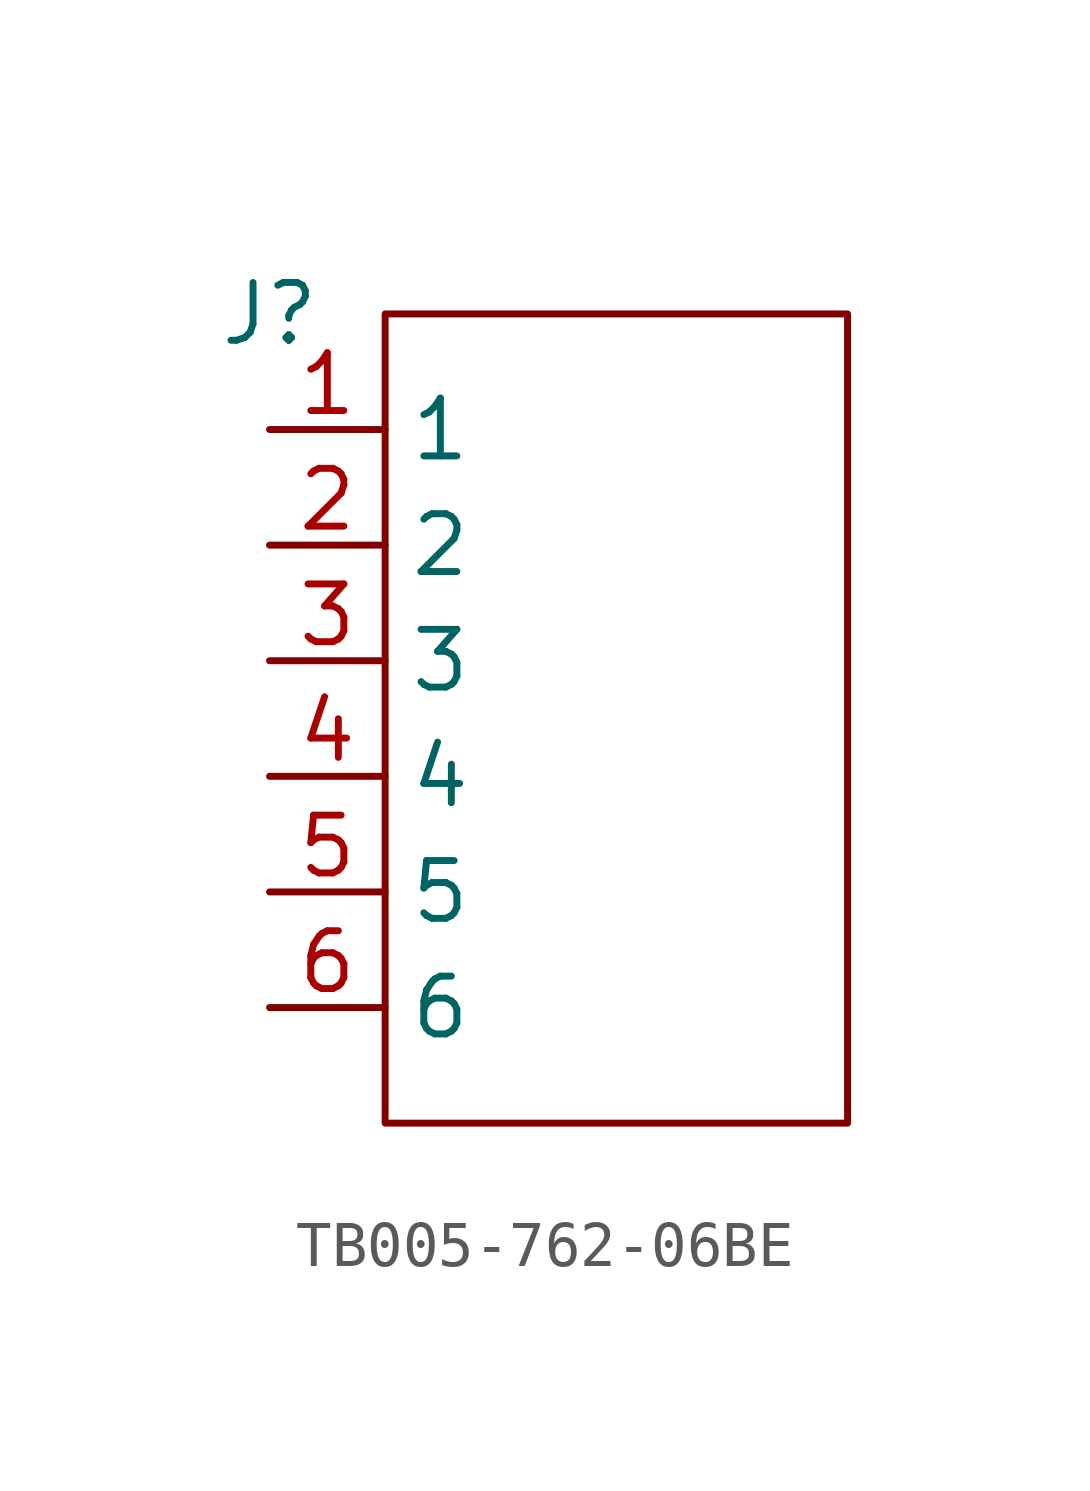
<source format=kicad_sym>
(kicad_symbol_lib
  (version 20241209)
  (generator "kicad_symbol_editor")
  (generator_version "9.0")
  (symbol "TB005-762-06BE"
    (property "Reference" "J"
      (at 0 0 0)
      (effects (font (size 1.27 1.27))))
    (property "Value" ""
      (at 0 0 0)
      (effects (font (size 1.27 1.27))))
    (symbol "TB005-762-06BE_0_1"
      (rectangle (start 2.54 0) (end 12.7 -17.78) (stroke (width 0) (type default)) (fill (type none))))
    (symbol "TB005-762-06BE_1_1"
      (pin input line (at 0 -2.54 0) (length 2.54) (name "1" (effects (font (size 1.27 1.27)))) (number "1" (effects (font (size 1.27 1.27)))))
      (pin input line (at 0 -5.08 0) (length 2.54) (name "2" (effects (font (size 1.27 1.27)))) (number "2" (effects (font (size 1.27 1.27)))))
      (pin input line (at 0 -7.62 0) (length 2.54) (name "3" (effects (font (size 1.27 1.27)))) (number "3" (effects (font (size 1.27 1.27)))))
      (pin input line (at 0 -10.16 0) (length 2.54) (name "4" (effects (font (size 1.27 1.27)))) (number "4" (effects (font (size 1.27 1.27)))))
      (pin input line (at 0 -12.7 0) (length 2.54) (name "5" (effects (font (size 1.27 1.27)))) (number "5" (effects (font (size 1.27 1.27)))))
      (pin input line (at 0 -15.24 0) (length 2.54) (name "6" (effects (font (size 1.27 1.27)))) (number "6" (effects (font (size 1.27 1.27))))))))
</source>
